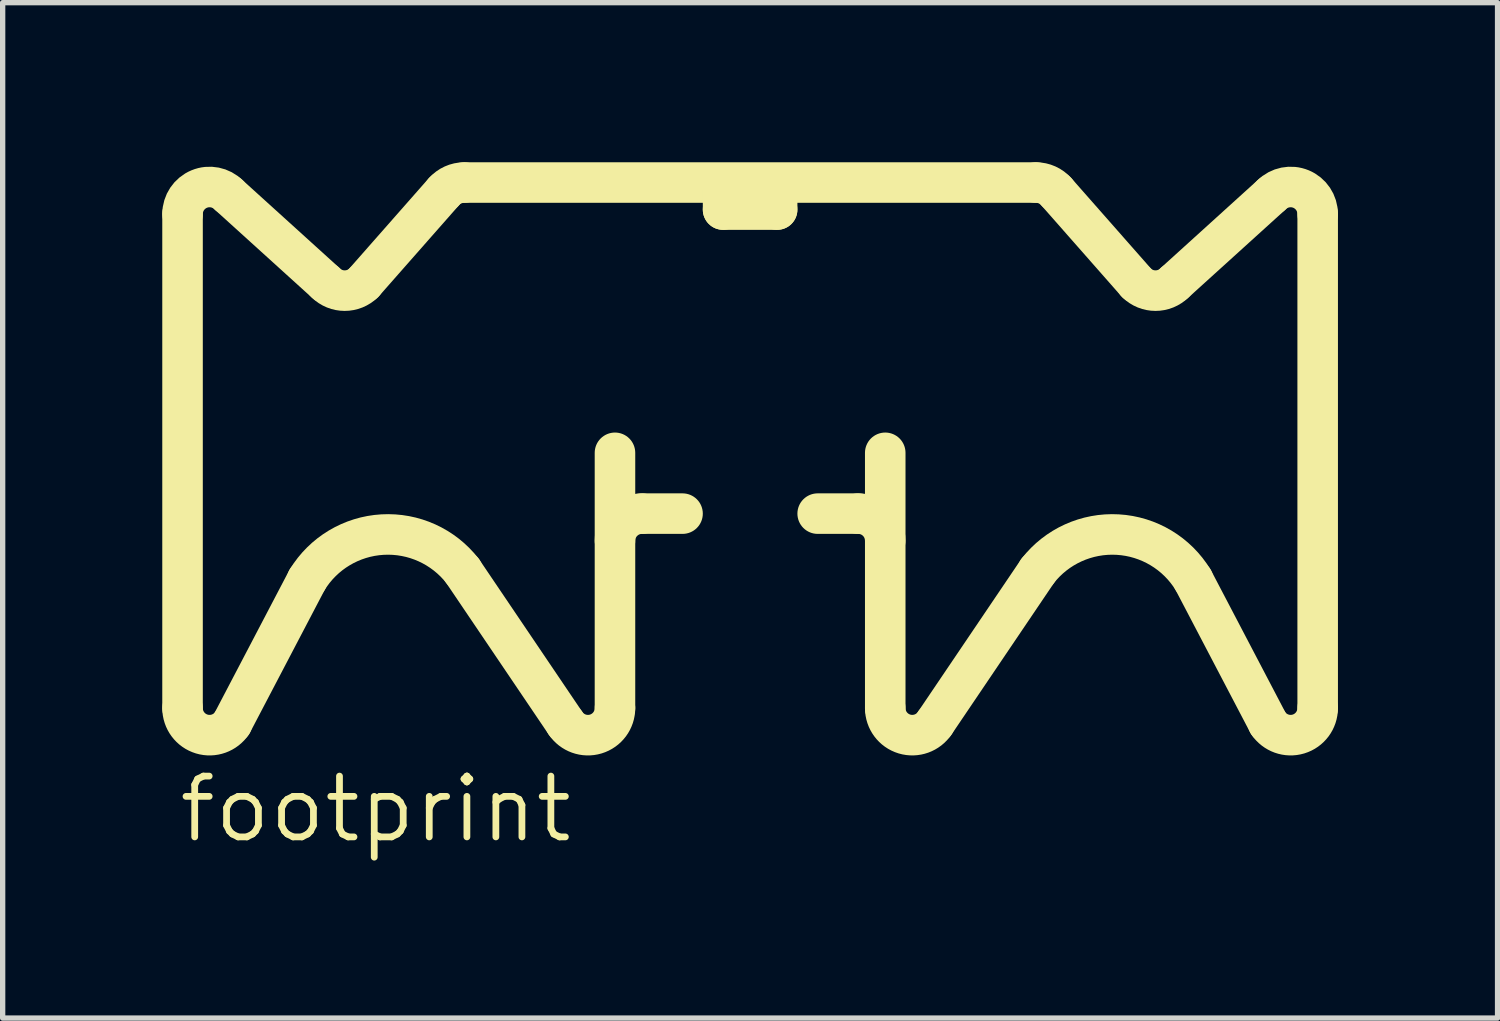
<source format=kicad_pcb>
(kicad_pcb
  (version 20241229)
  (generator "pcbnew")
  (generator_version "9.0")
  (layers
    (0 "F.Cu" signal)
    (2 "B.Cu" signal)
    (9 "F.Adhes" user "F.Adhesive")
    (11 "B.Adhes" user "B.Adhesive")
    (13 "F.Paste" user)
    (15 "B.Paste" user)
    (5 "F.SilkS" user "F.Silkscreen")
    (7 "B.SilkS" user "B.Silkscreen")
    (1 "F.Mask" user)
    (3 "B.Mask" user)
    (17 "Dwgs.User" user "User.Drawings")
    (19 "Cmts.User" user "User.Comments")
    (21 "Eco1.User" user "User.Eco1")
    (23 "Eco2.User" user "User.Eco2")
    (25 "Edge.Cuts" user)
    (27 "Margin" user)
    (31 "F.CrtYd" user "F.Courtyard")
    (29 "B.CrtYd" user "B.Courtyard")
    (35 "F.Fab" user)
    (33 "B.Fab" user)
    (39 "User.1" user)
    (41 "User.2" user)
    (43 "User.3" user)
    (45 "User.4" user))
  (footprint "footprint"
    (layer "F.Cu")
    (at 11.049 0.762)
    (property "Reference" "footprint" (at -10.795 12.065 0) (layer "F.SilkS") (effects (font (size 1.143 1.143) (thickness 0.127)) (justify left bottom)))
    (fp_line (start -10.668 9.498) (end -10.668 0.21) (stroke (width 0.762) (type solid)) (layer "F.SilkS"))
    (fp_line (start -9.801 -0.149) (end -7.979 1.502) (stroke (width 0.762) (type solid)) (layer "F.SilkS"))
    (fp_line (start -9.737 9.78) (end -8.326 7.085) (stroke (width 0.762) (type solid)) (layer "F.SilkS"))
    (fp_line (start -7.261 1.502) (end -5.755 -0.209) (stroke (width 0.762) (type solid)) (layer "F.SilkS"))
    (fp_line (start -5.374 -0.381) (end 5.374 -0.381) (stroke (width 0.762) (type solid)) (layer "F.SilkS"))
    (fp_line (start -3.471 9.78) (end -5.406 6.918) (stroke (width 0.762) (type solid)) (layer "F.SilkS"))
    (fp_line (start -2.54 4.699) (end -2.54 9.498) (stroke (width 0.762) (type solid)) (layer "F.SilkS"))
    (fp_line (start -2.032 5.842) (end -1.27 5.842) (stroke (width 0.762) (type solid)) (layer "F.SilkS"))
    (fp_line (start -0.508 -0.254) (end -0.508 0.127) (stroke (width 0.762) (type solid)) (layer "F.SilkS"))
    (fp_line (start -0.508 0.127) (end 0.508 0.127) (stroke (width 0.762) (type solid)) (layer "F.SilkS"))
    (fp_line (start 0.508 0.127) (end 0.508 -0.254) (stroke (width 0.762) (type solid)) (layer "F.SilkS"))
    (fp_line (start 2.032 5.842) (end 1.27 5.842) (stroke (width 0.762) (type solid)) (layer "F.SilkS"))
    (fp_line (start 2.54 4.699) (end 2.54 9.498) (stroke (width 0.762) (type solid)) (layer "F.SilkS"))
    (fp_line (start 3.471 9.78) (end 5.406 6.918) (stroke (width 0.762) (type solid)) (layer "F.SilkS"))
    (fp_line (start 7.261 1.502) (end 5.755 -0.209) (stroke (width 0.762) (type solid)) (layer "F.SilkS"))
    (fp_line (start 9.737 9.78) (end 8.326 7.085) (stroke (width 0.762) (type solid)) (layer "F.SilkS"))
    (fp_line (start 9.801 -0.149) (end 7.979 1.502) (stroke (width 0.762) (type solid)) (layer "F.SilkS"))
    (fp_line (start 10.668 9.498) (end 10.668 0.21) (stroke (width 0.762) (type solid)) (layer "F.SilkS"))
    (fp_arc (start -10.668 0.2104) (mid -10.354406 -0.258925) (end -9.8008 -0.148802) (stroke (width 0.762) (type solid)) (layer "F.SilkS"))
    (fp_arc (start -9.7372 9.7801) (mid -10.307184 9.984476) (end -10.668 9.4982) (stroke (width 0.762) (type solid)) (layer "F.SilkS"))
    (fp_arc (start -8.3259 7.0854) (mid -6.90996 6.236178) (end -5.406101 6.917698) (stroke (width 0.762) (type solid)) (layer "F.SilkS"))
    (fp_arc (start -7.2608 1.5022) (mid -7.62 1.650986) (end -7.9792 1.5022) (stroke (width 0.762) (type solid)) (layer "F.SilkS"))
    (fp_arc (start -5.7549 -0.2086) (mid -5.582835 -0.335931) (end -5.3736 -0.3811) (stroke (width 0.762) (type solid)) (layer "F.SilkS"))
    (fp_arc (start -2.54 6.35) (mid -2.39121 5.99079) (end -2.032 5.842) (stroke (width 0.762) (type solid)) (layer "F.SilkS"))
    (fp_arc (start -2.539798 9.498201) (mid -2.900688 9.98451) (end -3.4707 9.78) (stroke (width 0.762) (type solid)) (layer "F.SilkS"))
    (fp_arc (start 2.032 5.842) (mid 2.39121 5.99079) (end 2.54 6.35) (stroke (width 0.762) (type solid)) (layer "F.SilkS"))
    (fp_arc (start 3.470498 9.779899) (mid 2.900727 9.984302) (end 2.54 9.4982) (stroke (width 0.762) (type solid)) (layer "F.SilkS"))
    (fp_arc (start 5.3736 -0.381) (mid 5.582826 -0.335885) (end 5.754899 -0.2086) (stroke (width 0.762) (type solid)) (layer "F.SilkS"))
    (fp_arc (start 5.4061 6.9177) (mid 6.909959 6.236178) (end 8.325899 7.085399) (stroke (width 0.762) (type solid)) (layer "F.SilkS"))
    (fp_arc (start 7.9792 1.5022) (mid 7.62 1.650986) (end 7.2608 1.5022) (stroke (width 0.762) (type solid)) (layer "F.SilkS"))
    (fp_arc (start 9.8008 -0.1488) (mid 10.354405 -0.258924) (end 10.667998 0.210399) (stroke (width 0.762) (type solid)) (layer "F.SilkS"))
    (fp_arc (start 10.667799 9.498198) (mid 10.307099 9.984316) (end 9.7373 9.78) (stroke (width 0.762) (type solid)) (layer "F.SilkS")))
  (gr_rect
    (start -3 -3)
    (end 25.098 16.086)
    (stroke (width 0.1) (type default))
    (fill no)
    (layer "Edge.Cuts")))
</source>
